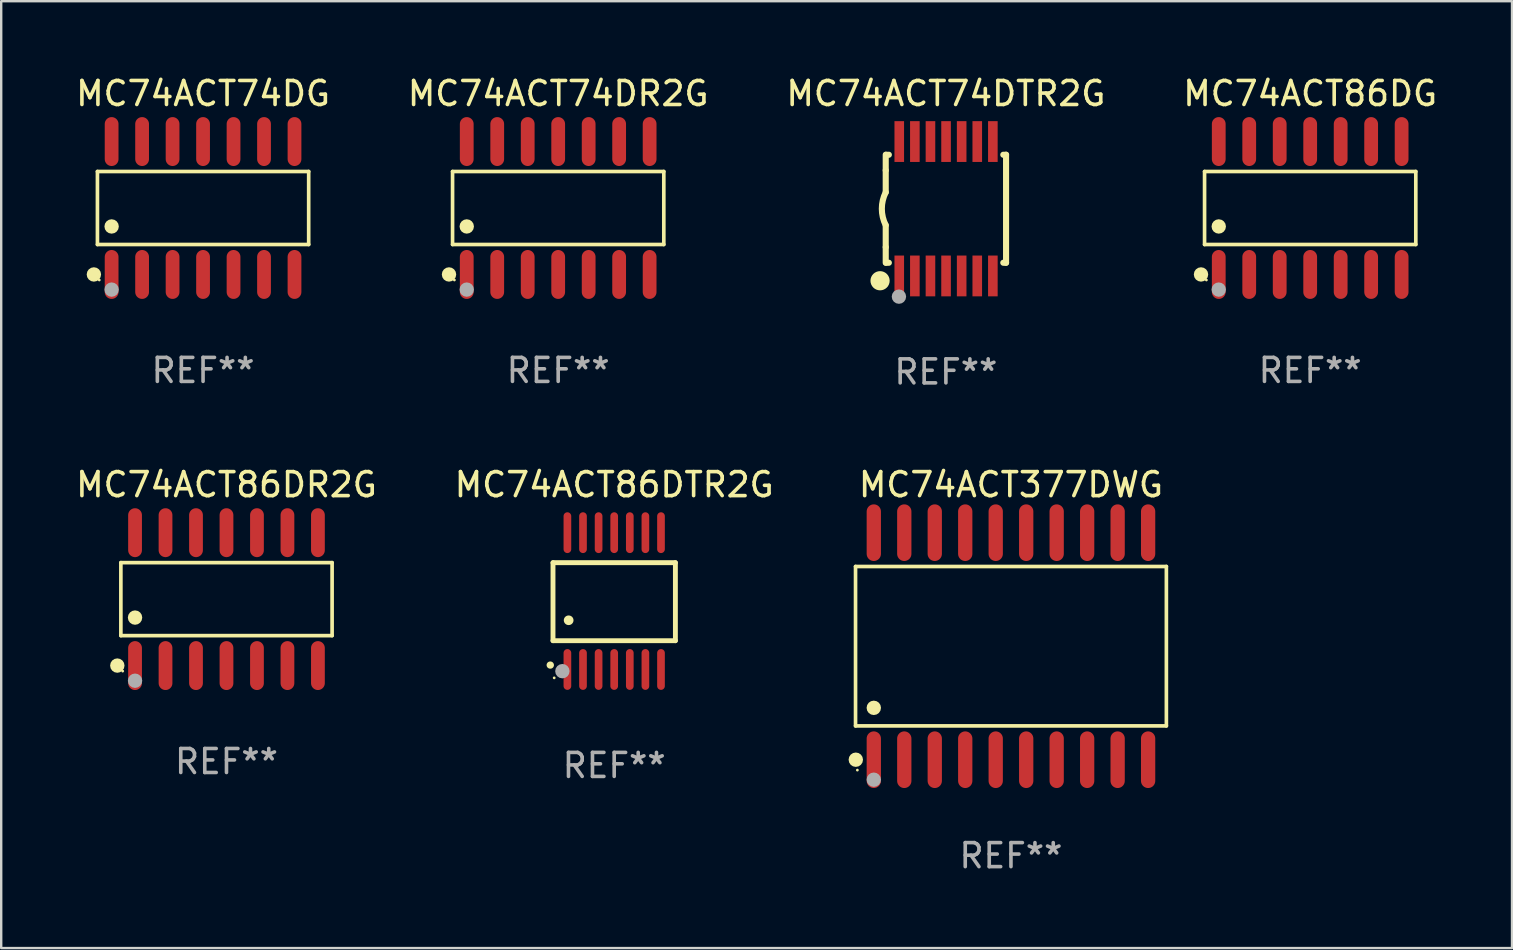
<source format=kicad_pcb>
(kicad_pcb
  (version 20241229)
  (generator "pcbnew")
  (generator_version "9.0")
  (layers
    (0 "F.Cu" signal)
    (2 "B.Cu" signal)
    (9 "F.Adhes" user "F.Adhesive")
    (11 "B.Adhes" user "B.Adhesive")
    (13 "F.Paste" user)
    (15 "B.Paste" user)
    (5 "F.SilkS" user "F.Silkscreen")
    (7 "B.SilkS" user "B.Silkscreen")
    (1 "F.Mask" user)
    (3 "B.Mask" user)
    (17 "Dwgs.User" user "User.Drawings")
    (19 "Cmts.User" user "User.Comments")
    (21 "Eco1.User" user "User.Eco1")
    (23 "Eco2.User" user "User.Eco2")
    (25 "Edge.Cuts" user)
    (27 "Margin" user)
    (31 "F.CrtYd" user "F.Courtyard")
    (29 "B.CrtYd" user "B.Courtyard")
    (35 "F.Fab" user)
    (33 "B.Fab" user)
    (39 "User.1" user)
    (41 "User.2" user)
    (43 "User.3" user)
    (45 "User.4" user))
  (footprint "MC74ACT74DG"
    (layer "F.Cu")
    (at 5.411 5.617)
    (property "Reference" "MC74ACT74DG" (at 0 -4.769 0) (layer "F.SilkS") (effects (font (size 1 1) (thickness 0.15))))
    (attr through_hole)
    (fp_line (start -4.401 -1.521) (end 4.401 -1.521) (stroke (width 0.152) (type solid)) (layer "F.SilkS"))
    (fp_line (start -4.401 1.521) (end -4.401 -1.521) (stroke (width 0.152) (type solid)) (layer "F.SilkS"))
    (fp_line (start 4.401 -1.521) (end 4.401 1.521) (stroke (width 0.152) (type solid)) (layer "F.SilkS"))
    (fp_line (start 4.401 1.521) (end -4.401 1.521) (stroke (width 0.152) (type solid)) (layer "F.SilkS"))
    (fp_circle (center -4.549 2.769) (end -4.399 2.769) (stroke (width 0.3) (type solid)) (fill no) (layer "F.SilkS"))
    (fp_circle (center -4.325 3) (end -4.295 3) (stroke (width 0.06) (type solid)) (fill no) (layer "F.SilkS"))
    (fp_circle (center -3.81 0.769) (end -3.66 0.769) (stroke (width 0.3) (type solid)) (fill no) (layer "F.SilkS"))
    (fp_circle (center -3.81 3.4) (end -3.66 3.4) (stroke (width 0.3) (type solid)) (fill no) (layer "F.Fab"))
    (fp_text user "REF**" (at 0 6.769 0) (layer "F.Fab") (effects (font (size 1 1) (thickness 0.15))))
    (pad "1" smd oval (at -3.81 2.769) (size 0.574 2.038) (layers "F.Cu" "F.Mask" "F.Paste"))
    (pad "2" smd oval (at -2.54 2.769) (size 0.574 2.038) (layers "F.Cu" "F.Mask" "F.Paste"))
    (pad "3" smd oval (at -1.27 2.769) (size 0.574 2.038) (layers "F.Cu" "F.Mask" "F.Paste"))
    (pad "4" smd oval (at 0 2.769) (size 0.574 2.038) (layers "F.Cu" "F.Mask" "F.Paste"))
    (pad "5" smd oval (at 1.27 2.769) (size 0.574 2.038) (layers "F.Cu" "F.Mask" "F.Paste"))
    (pad "6" smd oval (at 2.54 2.769) (size 0.574 2.038) (layers "F.Cu" "F.Mask" "F.Paste"))
    (pad "7" smd oval (at 3.81 2.769) (size 0.574 2.038) (layers "F.Cu" "F.Mask" "F.Paste"))
    (pad "8" smd oval (at 3.81 -2.769) (size 0.574 2.038) (layers "F.Cu" "F.Mask" "F.Paste"))
    (pad "9" smd oval (at 2.54 -2.769) (size 0.574 2.038) (layers "F.Cu" "F.Mask" "F.Paste"))
    (pad "10" smd oval (at 1.27 -2.769) (size 0.574 2.038) (layers "F.Cu" "F.Mask" "F.Paste"))
    (pad "11" smd oval (at 0 -2.769) (size 0.574 2.038) (layers "F.Cu" "F.Mask" "F.Paste"))
    (pad "12" smd oval (at -1.27 -2.769) (size 0.574 2.038) (layers "F.Cu" "F.Mask" "F.Paste"))
    (pad "13" smd oval (at -2.54 -2.769) (size 0.574 2.038) (layers "F.Cu" "F.Mask" "F.Paste"))
    (pad "14" smd oval (at -3.81 -2.769) (size 0.574 2.038) (layers "F.Cu" "F.Mask" "F.Paste")))
  (footprint "MC74ACT86DR2G"
    (layer "F.Cu")
    (at 6.387 21.914)
    (property "Reference" "MC74ACT86DR2G" (at 0 -4.769 0) (layer "F.SilkS") (effects (font (size 1 1) (thickness 0.15))))
    (attr through_hole)
    (fp_line (start -4.401 -1.521) (end 4.401 -1.521) (stroke (width 0.152) (type solid)) (layer "F.SilkS"))
    (fp_line (start -4.401 1.521) (end -4.401 -1.521) (stroke (width 0.152) (type solid)) (layer "F.SilkS"))
    (fp_line (start 4.401 -1.521) (end 4.401 1.521) (stroke (width 0.152) (type solid)) (layer "F.SilkS"))
    (fp_line (start 4.401 1.521) (end -4.401 1.521) (stroke (width 0.152) (type solid)) (layer "F.SilkS"))
    (fp_circle (center -4.549 2.769) (end -4.399 2.769) (stroke (width 0.3) (type solid)) (fill no) (layer "F.SilkS"))
    (fp_circle (center -4.325 3) (end -4.295 3) (stroke (width 0.06) (type solid)) (fill no) (layer "F.SilkS"))
    (fp_circle (center -3.81 0.769) (end -3.66 0.769) (stroke (width 0.3) (type solid)) (fill no) (layer "F.SilkS"))
    (fp_circle (center -3.81 3.4) (end -3.66 3.4) (stroke (width 0.3) (type solid)) (fill no) (layer "F.Fab"))
    (fp_text user "REF**" (at 0 6.769 0) (layer "F.Fab") (effects (font (size 1 1) (thickness 0.15))))
    (pad "1" smd oval (at -3.81 2.769) (size 0.574 2.038) (layers "F.Cu" "F.Mask" "F.Paste"))
    (pad "2" smd oval (at -2.54 2.769) (size 0.574 2.038) (layers "F.Cu" "F.Mask" "F.Paste"))
    (pad "3" smd oval (at -1.27 2.769) (size 0.574 2.038) (layers "F.Cu" "F.Mask" "F.Paste"))
    (pad "4" smd oval (at 0 2.769) (size 0.574 2.038) (layers "F.Cu" "F.Mask" "F.Paste"))
    (pad "5" smd oval (at 1.27 2.769) (size 0.574 2.038) (layers "F.Cu" "F.Mask" "F.Paste"))
    (pad "6" smd oval (at 2.54 2.769) (size 0.574 2.038) (layers "F.Cu" "F.Mask" "F.Paste"))
    (pad "7" smd oval (at 3.81 2.769) (size 0.574 2.038) (layers "F.Cu" "F.Mask" "F.Paste"))
    (pad "8" smd oval (at 3.81 -2.769) (size 0.574 2.038) (layers "F.Cu" "F.Mask" "F.Paste"))
    (pad "9" smd oval (at 2.54 -2.769) (size 0.574 2.038) (layers "F.Cu" "F.Mask" "F.Paste"))
    (pad "10" smd oval (at 1.27 -2.769) (size 0.574 2.038) (layers "F.Cu" "F.Mask" "F.Paste"))
    (pad "11" smd oval (at 0 -2.769) (size 0.574 2.038) (layers "F.Cu" "F.Mask" "F.Paste"))
    (pad "12" smd oval (at -1.27 -2.769) (size 0.574 2.038) (layers "F.Cu" "F.Mask" "F.Paste"))
    (pad "13" smd oval (at -2.54 -2.769) (size 0.574 2.038) (layers "F.Cu" "F.Mask" "F.Paste"))
    (pad "14" smd oval (at -3.81 -2.769) (size 0.574 2.038) (layers "F.Cu" "F.Mask" "F.Paste")))
  (footprint "MC74ACT74DR2G"
    (layer "F.Cu")
    (at 20.208 5.617)
    (property "Reference" "MC74ACT74DR2G" (at 0 -4.769 0) (layer "F.SilkS") (effects (font (size 1 1) (thickness 0.15))))
    (attr through_hole)
    (fp_line (start -4.401 -1.521) (end 4.401 -1.521) (stroke (width 0.152) (type solid)) (layer "F.SilkS"))
    (fp_line (start -4.401 1.521) (end -4.401 -1.521) (stroke (width 0.152) (type solid)) (layer "F.SilkS"))
    (fp_line (start 4.401 -1.521) (end 4.401 1.521) (stroke (width 0.152) (type solid)) (layer "F.SilkS"))
    (fp_line (start 4.401 1.521) (end -4.401 1.521) (stroke (width 0.152) (type solid)) (layer "F.SilkS"))
    (fp_circle (center -4.549 2.769) (end -4.399 2.769) (stroke (width 0.3) (type solid)) (fill no) (layer "F.SilkS"))
    (fp_circle (center -4.325 3) (end -4.295 3) (stroke (width 0.06) (type solid)) (fill no) (layer "F.SilkS"))
    (fp_circle (center -3.81 0.769) (end -3.66 0.769) (stroke (width 0.3) (type solid)) (fill no) (layer "F.SilkS"))
    (fp_circle (center -3.81 3.4) (end -3.66 3.4) (stroke (width 0.3) (type solid)) (fill no) (layer "F.Fab"))
    (fp_text user "REF**" (at 0 6.769 0) (layer "F.Fab") (effects (font (size 1 1) (thickness 0.15))))
    (pad "1" smd oval (at -3.81 2.769) (size 0.574 2.038) (layers "F.Cu" "F.Mask" "F.Paste"))
    (pad "2" smd oval (at -2.54 2.769) (size 0.574 2.038) (layers "F.Cu" "F.Mask" "F.Paste"))
    (pad "3" smd oval (at -1.27 2.769) (size 0.574 2.038) (layers "F.Cu" "F.Mask" "F.Paste"))
    (pad "4" smd oval (at 0 2.769) (size 0.574 2.038) (layers "F.Cu" "F.Mask" "F.Paste"))
    (pad "5" smd oval (at 1.27 2.769) (size 0.574 2.038) (layers "F.Cu" "F.Mask" "F.Paste"))
    (pad "6" smd oval (at 2.54 2.769) (size 0.574 2.038) (layers "F.Cu" "F.Mask" "F.Paste"))
    (pad "7" smd oval (at 3.81 2.769) (size 0.574 2.038) (layers "F.Cu" "F.Mask" "F.Paste"))
    (pad "8" smd oval (at 3.81 -2.769) (size 0.574 2.038) (layers "F.Cu" "F.Mask" "F.Paste"))
    (pad "9" smd oval (at 2.54 -2.769) (size 0.574 2.038) (layers "F.Cu" "F.Mask" "F.Paste"))
    (pad "10" smd oval (at 1.27 -2.769) (size 0.574 2.038) (layers "F.Cu" "F.Mask" "F.Paste"))
    (pad "11" smd oval (at 0 -2.769) (size 0.574 2.038) (layers "F.Cu" "F.Mask" "F.Paste"))
    (pad "12" smd oval (at -1.27 -2.769) (size 0.574 2.038) (layers "F.Cu" "F.Mask" "F.Paste"))
    (pad "13" smd oval (at -2.54 -2.769) (size 0.574 2.038) (layers "F.Cu" "F.Mask" "F.Paste"))
    (pad "14" smd oval (at -3.81 -2.769) (size 0.574 2.038) (layers "F.Cu" "F.Mask" "F.Paste")))
  (footprint "MC74ACT74DTR2G"
    (layer "F.Cu")
    (at 36.363 5.648)
    (property "Reference" "MC74ACT74DTR2G" (at 0 -4.8 0) (layer "F.SilkS") (effects (font (size 1 1) (thickness 0.15))))
    (attr through_hole)
    (fp_line (start -2.507 -1.6) (end -2.507 -2.25) (stroke (width 0.254) (type solid)) (layer "F.SilkS"))
    (fp_line (start -2.507 -0.686) (end -2.507 -1.6) (stroke (width 0.254) (type solid)) (layer "F.SilkS"))
    (fp_line (start -2.507 1.6) (end -2.507 0.686) (stroke (width 0.254) (type solid)) (layer "F.SilkS"))
    (fp_line (start -2.507 1.6) (end -2.507 2.25) (stroke (width 0.254) (type solid)) (layer "F.SilkS"))
    (fp_line (start -2.493 -2.25) (end -2.377 -2.25) (stroke (width 0.254) (type solid)) (layer "F.SilkS"))
    (fp_line (start -2.377 2.25) (end -2.493 2.25) (stroke (width 0.254) (type solid)) (layer "F.SilkS"))
    (fp_line (start 2.392 -2.25) (end 2.507 -2.25) (stroke (width 0.254) (type solid)) (layer "F.SilkS"))
    (fp_line (start 2.507 -2.25) (end 2.507 2.25) (stroke (width 0.254) (type solid)) (layer "F.SilkS"))
    (fp_line (start 2.507 2.25) (end 2.392 2.25) (stroke (width 0.254) (type solid)) (layer "F.SilkS"))
    (fp_arc (start -2.507303 0.685802) (mid -2.669199 0) (end -2.507303 -0.685801) (stroke (width 0.254001) (type solid)) (layer "F.SilkS"))
    (fp_circle (center -2.743 3) (end -2.543 3) (stroke (width 0.4) (type solid)) (fill no) (layer "F.SilkS"))
    (fp_circle (center -2.493 3.2) (end -2.463 3.2) (stroke (width 0.06) (type solid)) (fill no) (layer "F.SilkS"))
    (fp_circle (center -1.957 3.662) (end -1.807 3.662) (stroke (width 0.3) (type solid)) (fill no) (layer "F.Fab"))
    (fp_text user "REF**" (at 0 6.8 0) (layer "F.Fab") (effects (font (size 1 1) (thickness 0.15))))
    (pad "1" smd rect (at -1.943 2.8) (size 0.4 1.7) (layers "F.Cu" "F.Mask" "F.Paste"))
    (pad "2" smd rect (at -1.293 2.8) (size 0.4 1.7) (layers "F.Cu" "F.Mask" "F.Paste"))
    (pad "3" smd rect (at -0.643 2.8) (size 0.4 1.7) (layers "F.Cu" "F.Mask" "F.Paste"))
    (pad "4" smd rect (at 0.007 2.8) (size 0.4 1.7) (layers "F.Cu" "F.Mask" "F.Paste"))
    (pad "5" smd rect (at 0.657 2.8) (size 0.4 1.7) (layers "F.Cu" "F.Mask" "F.Paste"))
    (pad "6" smd rect (at 1.307 2.8) (size 0.4 1.7) (layers "F.Cu" "F.Mask" "F.Paste"))
    (pad "7" smd rect (at 1.957 2.8) (size 0.4 1.7) (layers "F.Cu" "F.Mask" "F.Paste"))
    (pad "8" smd rect (at 1.957 -2.8) (size 0.4 1.7) (layers "F.Cu" "F.Mask" "F.Paste"))
    (pad "9" smd rect (at 1.307 -2.8) (size 0.4 1.7) (layers "F.Cu" "F.Mask" "F.Paste"))
    (pad "10" smd rect (at 0.657 -2.8) (size 0.4 1.7) (layers "F.Cu" "F.Mask" "F.Paste"))
    (pad "11" smd rect (at 0.007 -2.8) (size 0.4 1.7) (layers "F.Cu" "F.Mask" "F.Paste"))
    (pad "12" smd rect (at -0.643 -2.8) (size 0.4 1.7) (layers "F.Cu" "F.Mask" "F.Paste"))
    (pad "13" smd rect (at -1.293 -2.8) (size 0.4 1.7) (layers "F.Cu" "F.Mask" "F.Paste"))
    (pad "14" smd rect (at -1.943 -2.8) (size 0.4 1.7) (layers "F.Cu" "F.Mask" "F.Paste")))
  (footprint "MC74ACT86DTR2G"
    (layer "F.Cu")
    (at 22.542 21.995)
    (property "Reference" "MC74ACT86DTR2G" (at 0 -4.85 0) (layer "F.SilkS") (effects (font (size 1 1) (thickness 0.15))))
    (attr through_hole)
    (fp_line (start -2.55 -1.6) (end 2.55 -1.6) (stroke (width 0.203) (type solid)) (layer "F.SilkS"))
    (fp_line (start -2.55 1.651) (end -2.55 -1.6) (stroke (width 0.203) (type solid)) (layer "F.SilkS"))
    (fp_line (start 2.55 -1.6) (end 2.55 1.651) (stroke (width 0.203) (type solid)) (layer "F.SilkS"))
    (fp_line (start 2.55 1.651) (end -2.55 1.651) (stroke (width 0.203) (type solid)) (layer "F.SilkS"))
    (fp_arc (start -2.667005 2.667005) (mid -2.663677 2.667046) (end -2.66035 2.667157) (stroke (width 0.3) (type solid)) (layer "F.SilkS"))
    (fp_arc (start -1.9 0.8) (mid -1.897803 0.800014) (end -1.895606 0.800051) (stroke (width 0.4) (type solid)) (layer "F.SilkS"))
    (fp_circle (center -2.5 3.2) (end -2.47 3.2) (stroke (width 0.06) (type solid)) (fill no) (layer "F.SilkS"))
    (fp_circle (center -2.159 2.921) (end -2.009 2.921) (stroke (width 0.3) (type solid)) (fill no) (layer "F.Fab"))
    (fp_text user "REF**" (at 0 6.85 0) (layer "F.Fab") (effects (font (size 1 1) (thickness 0.15))))
    (pad "1" smd oval (at -1.95 2.85 180) (size 0.32 1.7) (layers "F.Cu" "F.Mask" "F.Paste"))
    (pad "2" smd oval (at -1.3 2.85 180) (size 0.32 1.7) (layers "F.Cu" "F.Mask" "F.Paste"))
    (pad "3" smd oval (at -0.65 2.85 180) (size 0.32 1.7) (layers "F.Cu" "F.Mask" "F.Paste"))
    (pad "4" smd oval (at 0 2.85 180) (size 0.32 1.7) (layers "F.Cu" "F.Mask" "F.Paste"))
    (pad "5" smd oval (at 0.65 2.85 180) (size 0.32 1.7) (layers "F.Cu" "F.Mask" "F.Paste"))
    (pad "6" smd oval (at 1.3 2.85 180) (size 0.32 1.7) (layers "F.Cu" "F.Mask" "F.Paste"))
    (pad "7" smd oval (at 1.95 2.85 180) (size 0.32 1.7) (layers "F.Cu" "F.Mask" "F.Paste"))
    (pad "8" smd oval (at 1.95 -2.85 180) (size 0.32 1.7) (layers "F.Cu" "F.Mask" "F.Paste"))
    (pad "9" smd oval (at 1.3 -2.85 180) (size 0.32 1.7) (layers "F.Cu" "F.Mask" "F.Paste"))
    (pad "10" smd oval (at 0.65 -2.85 180) (size 0.32 1.7) (layers "F.Cu" "F.Mask" "F.Paste"))
    (pad "11" smd oval (at 0 -2.85 180) (size 0.32 1.7) (layers "F.Cu" "F.Mask" "F.Paste"))
    (pad "12" smd oval (at -0.65 -2.85 180) (size 0.32 1.7) (layers "F.Cu" "F.Mask" "F.Paste"))
    (pad "13" smd oval (at -1.3 -2.85 180) (size 0.32 1.7) (layers "F.Cu" "F.Mask" "F.Paste"))
    (pad "14" smd oval (at -1.95 -2.85 180) (size 0.32 1.7) (layers "F.Cu" "F.Mask" "F.Paste")))
  (footprint "MC74ACT377DWG"
    (layer "F.Cu")
    (at 39.074 23.875)
    (property "Reference" "MC74ACT377DWG" (at 0 -6.73 0) (layer "F.SilkS") (effects (font (size 1 1) (thickness 0.15))))
    (attr through_hole)
    (fp_line (start -6.476 -3.321) (end 6.476 -3.321) (stroke (width 0.152) (type solid)) (layer "F.SilkS"))
    (fp_line (start -6.476 3.321) (end -6.476 -3.321) (stroke (width 0.152) (type solid)) (layer "F.SilkS"))
    (fp_line (start 6.476 -3.321) (end 6.476 3.321) (stroke (width 0.152) (type solid)) (layer "F.SilkS"))
    (fp_line (start 6.476 3.321) (end -6.476 3.321) (stroke (width 0.152) (type solid)) (layer "F.SilkS"))
    (fp_circle (center -6.465 4.73) (end -6.315 4.73) (stroke (width 0.3) (type solid)) (fill no) (layer "F.SilkS"))
    (fp_circle (center -6.4 5.163) (end -6.37 5.163) (stroke (width 0.06) (type solid)) (fill no) (layer "F.SilkS"))
    (fp_circle (center -5.715 2.569) (end -5.565 2.569) (stroke (width 0.3) (type solid)) (fill no) (layer "F.SilkS"))
    (fp_circle (center -5.715 5.563) (end -5.565 5.563) (stroke (width 0.3) (type solid)) (fill no) (layer "F.Fab"))
    (fp_text user "REF**" (at 0 8.73 0) (layer "F.Fab") (effects (font (size 1 1) (thickness 0.15))))
    (pad "1" smd oval (at -5.715 4.73) (size 0.595 2.36) (layers "F.Cu" "F.Mask" "F.Paste"))
    (pad "2" smd oval (at -4.445 4.73) (size 0.595 2.36) (layers "F.Cu" "F.Mask" "F.Paste"))
    (pad "3" smd oval (at -3.175 4.73) (size 0.595 2.36) (layers "F.Cu" "F.Mask" "F.Paste"))
    (pad "4" smd oval (at -1.905 4.73) (size 0.595 2.36) (layers "F.Cu" "F.Mask" "F.Paste"))
    (pad "5" smd oval (at -0.635 4.73) (size 0.595 2.36) (layers "F.Cu" "F.Mask" "F.Paste"))
    (pad "6" smd oval (at 0.635 4.73) (size 0.595 2.36) (layers "F.Cu" "F.Mask" "F.Paste"))
    (pad "7" smd oval (at 1.905 4.73) (size 0.595 2.36) (layers "F.Cu" "F.Mask" "F.Paste"))
    (pad "8" smd oval (at 3.175 4.73) (size 0.595 2.36) (layers "F.Cu" "F.Mask" "F.Paste"))
    (pad "9" smd oval (at 4.445 4.73) (size 0.595 2.36) (layers "F.Cu" "F.Mask" "F.Paste"))
    (pad "10" smd oval (at 5.715 4.73) (size 0.595 2.36) (layers "F.Cu" "F.Mask" "F.Paste"))
    (pad "11" smd oval (at 5.715 -4.73) (size 0.595 2.36) (layers "F.Cu" "F.Mask" "F.Paste"))
    (pad "12" smd oval (at 4.445 -4.73) (size 0.595 2.36) (layers "F.Cu" "F.Mask" "F.Paste"))
    (pad "13" smd oval (at 3.175 -4.73) (size 0.595 2.36) (layers "F.Cu" "F.Mask" "F.Paste"))
    (pad "14" smd oval (at 1.905 -4.73) (size 0.595 2.36) (layers "F.Cu" "F.Mask" "F.Paste"))
    (pad "15" smd oval (at 0.635 -4.73) (size 0.595 2.36) (layers "F.Cu" "F.Mask" "F.Paste"))
    (pad "16" smd oval (at -0.635 -4.73) (size 0.595 2.36) (layers "F.Cu" "F.Mask" "F.Paste"))
    (pad "17" smd oval (at -1.905 -4.73) (size 0.595 2.36) (layers "F.Cu" "F.Mask" "F.Paste"))
    (pad "18" smd oval (at -3.175 -4.73) (size 0.595 2.36) (layers "F.Cu" "F.Mask" "F.Paste"))
    (pad "19" smd oval (at -4.445 -4.73) (size 0.595 2.36) (layers "F.Cu" "F.Mask" "F.Paste"))
    (pad "20" smd oval (at -5.715 -4.73) (size 0.595 2.36) (layers "F.Cu" "F.Mask" "F.Paste")))
  (footprint "MC74ACT86DG"
    (layer "F.Cu")
    (at 51.542 5.617)
    (property "Reference" "MC74ACT86DG" (at 0 -4.769 0) (layer "F.SilkS") (effects (font (size 1 1) (thickness 0.15))))
    (attr through_hole)
    (fp_line (start -4.401 -1.521) (end 4.401 -1.521) (stroke (width 0.152) (type solid)) (layer "F.SilkS"))
    (fp_line (start -4.401 1.521) (end -4.401 -1.521) (stroke (width 0.152) (type solid)) (layer "F.SilkS"))
    (fp_line (start 4.401 -1.521) (end 4.401 1.521) (stroke (width 0.152) (type solid)) (layer "F.SilkS"))
    (fp_line (start 4.401 1.521) (end -4.401 1.521) (stroke (width 0.152) (type solid)) (layer "F.SilkS"))
    (fp_circle (center -4.549 2.769) (end -4.399 2.769) (stroke (width 0.3) (type solid)) (fill no) (layer "F.SilkS"))
    (fp_circle (center -4.325 3) (end -4.295 3) (stroke (width 0.06) (type solid)) (fill no) (layer "F.SilkS"))
    (fp_circle (center -3.81 0.769) (end -3.66 0.769) (stroke (width 0.3) (type solid)) (fill no) (layer "F.SilkS"))
    (fp_circle (center -3.81 3.4) (end -3.66 3.4) (stroke (width 0.3) (type solid)) (fill no) (layer "F.Fab"))
    (fp_text user "REF**" (at 0 6.769 0) (layer "F.Fab") (effects (font (size 1 1) (thickness 0.15))))
    (pad "1" smd oval (at -3.81 2.769) (size 0.574 2.038) (layers "F.Cu" "F.Mask" "F.Paste"))
    (pad "2" smd oval (at -2.54 2.769) (size 0.574 2.038) (layers "F.Cu" "F.Mask" "F.Paste"))
    (pad "3" smd oval (at -1.27 2.769) (size 0.574 2.038) (layers "F.Cu" "F.Mask" "F.Paste"))
    (pad "4" smd oval (at 0 2.769) (size 0.574 2.038) (layers "F.Cu" "F.Mask" "F.Paste"))
    (pad "5" smd oval (at 1.27 2.769) (size 0.574 2.038) (layers "F.Cu" "F.Mask" "F.Paste"))
    (pad "6" smd oval (at 2.54 2.769) (size 0.574 2.038) (layers "F.Cu" "F.Mask" "F.Paste"))
    (pad "7" smd oval (at 3.81 2.769) (size 0.574 2.038) (layers "F.Cu" "F.Mask" "F.Paste"))
    (pad "8" smd oval (at 3.81 -2.769) (size 0.574 2.038) (layers "F.Cu" "F.Mask" "F.Paste"))
    (pad "9" smd oval (at 2.54 -2.769) (size 0.574 2.038) (layers "F.Cu" "F.Mask" "F.Paste"))
    (pad "10" smd oval (at 1.27 -2.769) (size 0.574 2.038) (layers "F.Cu" "F.Mask" "F.Paste"))
    (pad "11" smd oval (at 0 -2.769) (size 0.574 2.038) (layers "F.Cu" "F.Mask" "F.Paste"))
    (pad "12" smd oval (at -1.27 -2.769) (size 0.574 2.038) (layers "F.Cu" "F.Mask" "F.Paste"))
    (pad "13" smd oval (at -2.54 -2.769) (size 0.574 2.038) (layers "F.Cu" "F.Mask" "F.Paste"))
    (pad "14" smd oval (at -3.81 -2.769) (size 0.574 2.038) (layers "F.Cu" "F.Mask" "F.Paste")))
  (gr_rect
    (start -3 -3)
    (end 59.952 36.453)
    (stroke (width 0.1) (type default))
    (fill no)
    (layer "Edge.Cuts")))
</source>
